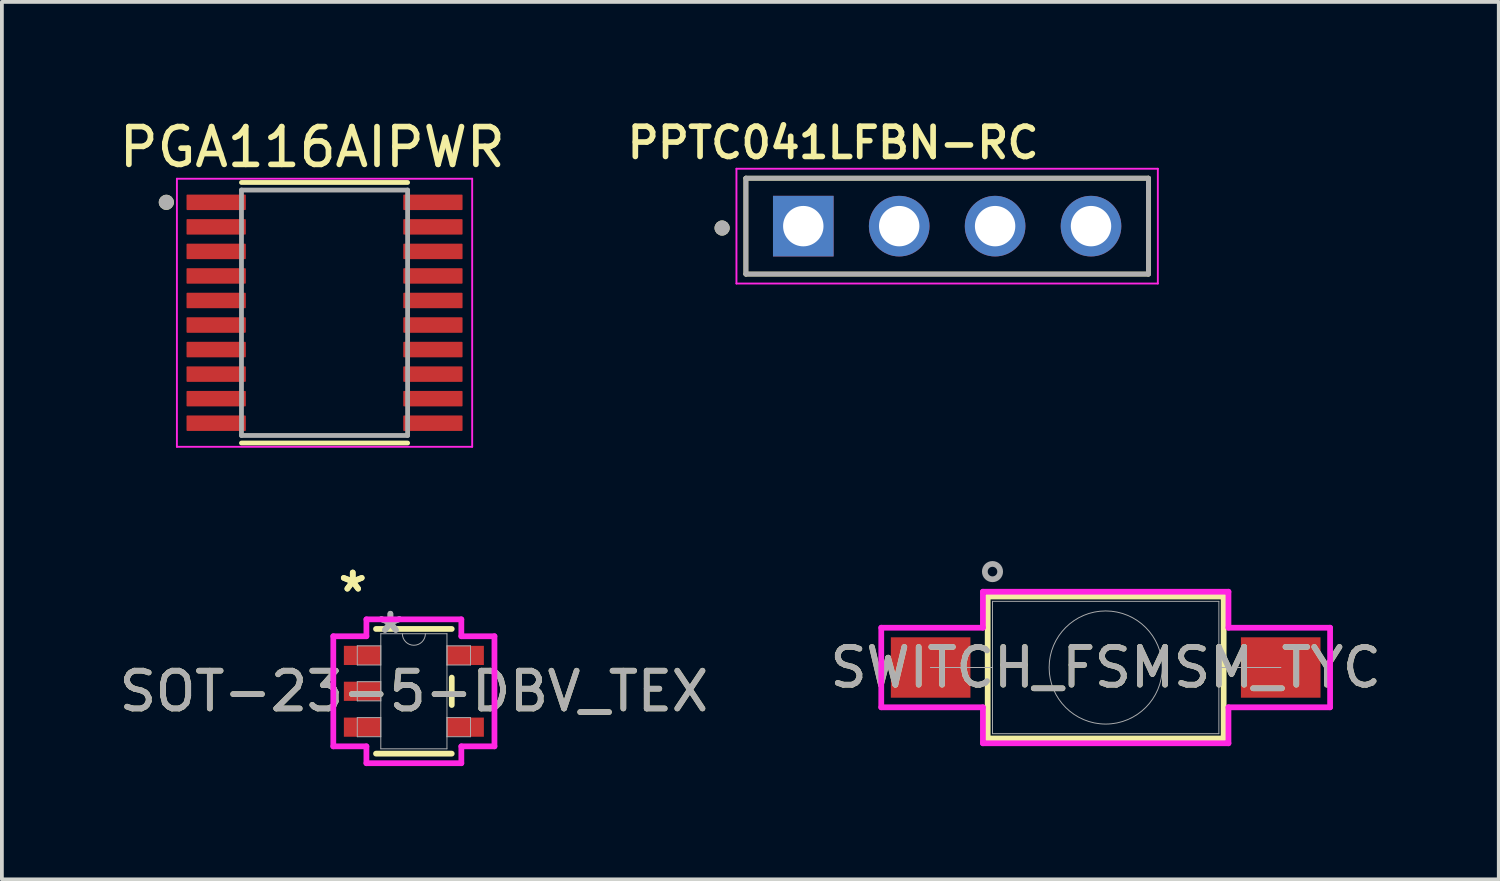
<source format=kicad_pcb>
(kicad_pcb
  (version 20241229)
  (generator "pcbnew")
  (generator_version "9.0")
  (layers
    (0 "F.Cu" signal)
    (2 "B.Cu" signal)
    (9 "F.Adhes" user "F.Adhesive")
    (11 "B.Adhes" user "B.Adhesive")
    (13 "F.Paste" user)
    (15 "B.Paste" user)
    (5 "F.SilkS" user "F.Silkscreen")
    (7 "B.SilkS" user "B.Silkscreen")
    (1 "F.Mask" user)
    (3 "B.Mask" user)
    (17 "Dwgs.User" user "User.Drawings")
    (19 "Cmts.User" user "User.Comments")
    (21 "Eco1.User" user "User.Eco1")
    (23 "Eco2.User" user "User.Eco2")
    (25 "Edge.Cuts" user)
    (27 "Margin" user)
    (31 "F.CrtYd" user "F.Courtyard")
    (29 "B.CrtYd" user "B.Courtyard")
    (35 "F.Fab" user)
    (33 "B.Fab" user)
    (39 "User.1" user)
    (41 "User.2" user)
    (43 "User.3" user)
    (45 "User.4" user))
  (footprint "PPTC041LFBN-RC"
    (layer "F.Cu")
    (at 22.034 2.939)
    (property "Reference" "PPTC041LFBN-RC" (at -3.02 -2.208 0) (layer "F.SilkS") (effects (font (size 0.8 0.8) (thickness 0.15))))
    (attr through_hole)
    (fp_line (start -5.33 -1.27) (end -5.33 1.27) (stroke (width 0.127) (type solid)) (layer "F.SilkS"))
    (fp_line (start -5.33 1.27) (end 5.33 1.27) (stroke (width 0.127) (type solid)) (layer "F.SilkS"))
    (fp_line (start 5.33 -1.27) (end -5.33 -1.27) (stroke (width 0.127) (type solid)) (layer "F.SilkS"))
    (fp_line (start 5.33 1.27) (end 5.33 -1.27) (stroke (width 0.127) (type solid)) (layer "F.SilkS"))
    (fp_circle (center -5.96 0.05) (end -5.86 0.05) (stroke (width 0.2) (type solid)) (fill no) (layer "F.SilkS"))
    (fp_line (start -5.58 -1.52) (end -5.58 1.52) (stroke (width 0.05) (type solid)) (layer "F.CrtYd"))
    (fp_line (start -5.58 1.52) (end 5.58 1.52) (stroke (width 0.05) (type solid)) (layer "F.CrtYd"))
    (fp_line (start 5.58 -1.52) (end -5.58 -1.52) (stroke (width 0.05) (type solid)) (layer "F.CrtYd"))
    (fp_line (start 5.58 1.52) (end 5.58 -1.52) (stroke (width 0.05) (type solid)) (layer "F.CrtYd"))
    (fp_line (start -5.33 -1.27) (end -5.33 1.27) (stroke (width 0.127) (type solid)) (layer "F.Fab"))
    (fp_line (start -5.33 1.27) (end 5.33 1.27) (stroke (width 0.127) (type solid)) (layer "F.Fab"))
    (fp_line (start 5.33 -1.27) (end -5.33 -1.27) (stroke (width 0.127) (type solid)) (layer "F.Fab"))
    (fp_line (start 5.33 1.27) (end 5.33 -1.27) (stroke (width 0.127) (type solid)) (layer "F.Fab"))
    (fp_circle (center -5.96 0.05) (end -5.86 0.05) (stroke (width 0.2) (type solid)) (fill no) (layer "F.Fab"))
    (pad "1" thru_hole rect (at -3.81 0) (size 1.605 1.605) (drill 1.07) (layers "*.Cu" "*.Mask"))
    (pad "2" thru_hole circle (at -1.27 0) (size 1.605 1.605) (drill 1.07) (layers "*.Cu" "*.Mask"))
    (pad "3" thru_hole circle (at 1.27 0) (size 1.605 1.605) (drill 1.07) (layers "*.Cu" "*.Mask"))
    (pad "4" thru_hole circle (at 3.81 0) (size 1.605 1.605) (drill 1.07) (layers "*.Cu" "*.Mask")))
  (footprint "SWITCH_FSMSM_TYC"
    (layer "F.Cu")
    (at 21.597 14.628)
    (property "Reference" "SWITCH_FSMSM_TYC" (at 4.636 0 0) (unlocked yes) (layer "F.SilkS") (effects (font (size 1 1) (thickness 0.15))))
    (attr smd)
    (fp_line (start 1.511 -1.88) (end 1.511 1.88) (stroke (width 0.152) (type solid)) (layer "F.SilkS"))
    (fp_line (start 1.511 1.88) (end 7.76 1.88) (stroke (width 0.152) (type solid)) (layer "F.SilkS"))
    (fp_line (start 7.76 -1.88) (end 1.511 -1.88) (stroke (width 0.152) (type solid)) (layer "F.SilkS"))
    (fp_line (start 7.76 1.88) (end 7.76 -1.88) (stroke (width 0.152) (type solid)) (layer "F.SilkS"))
    (fp_line (start -1.308 -1.054) (end 1.384 -1.054) (stroke (width 0.152) (type solid)) (layer "F.CrtYd"))
    (fp_line (start -1.308 1.054) (end -1.308 -1.054) (stroke (width 0.152) (type solid)) (layer "F.CrtYd"))
    (fp_line (start -1.308 1.054) (end 1.384 1.054) (stroke (width 0.152) (type solid)) (layer "F.CrtYd"))
    (fp_line (start 1.384 -2.007) (end 7.887 -2.007) (stroke (width 0.152) (type solid)) (layer "F.CrtYd"))
    (fp_line (start 1.384 -1.054) (end 1.384 -2.007) (stroke (width 0.152) (type solid)) (layer "F.CrtYd"))
    (fp_line (start 1.384 2.007) (end 1.384 1.054) (stroke (width 0.152) (type solid)) (layer "F.CrtYd"))
    (fp_line (start 7.887 -2.007) (end 7.887 -1.054) (stroke (width 0.152) (type solid)) (layer "F.CrtYd"))
    (fp_line (start 7.887 1.054) (end 7.887 2.007) (stroke (width 0.152) (type solid)) (layer "F.CrtYd"))
    (fp_line (start 7.887 2.007) (end 1.384 2.007) (stroke (width 0.152) (type solid)) (layer "F.CrtYd"))
    (fp_line (start 10.579 -1.054) (end 7.887 -1.054) (stroke (width 0.152) (type solid)) (layer "F.CrtYd"))
    (fp_line (start 10.579 -1.054) (end 10.579 1.054) (stroke (width 0.152) (type solid)) (layer "F.CrtYd"))
    (fp_line (start 10.579 1.054) (end 7.887 1.054) (stroke (width 0.152) (type solid)) (layer "F.CrtYd"))
    (fp_line (start 0 0) (end 0 0) (stroke (width 0.025) (type solid)) (layer "F.Fab"))
    (fp_line (start 0 0) (end 1.638 0) (stroke (width 0.025) (type solid)) (layer "F.Fab"))
    (fp_line (start 1.638 -1.753) (end 1.638 1.753) (stroke (width 0.025) (type solid)) (layer "F.Fab"))
    (fp_line (start 1.638 0) (end 0 0) (stroke (width 0.025) (type solid)) (layer "F.Fab"))
    (fp_line (start 1.638 0) (end 1.638 0) (stroke (width 0.025) (type solid)) (layer "F.Fab"))
    (fp_line (start 1.638 1.753) (end 7.633 1.753) (stroke (width 0.025) (type solid)) (layer "F.Fab"))
    (fp_line (start 7.633 -1.753) (end 1.638 -1.753) (stroke (width 0.025) (type solid)) (layer "F.Fab"))
    (fp_line (start 7.633 0) (end 7.633 0) (stroke (width 0.025) (type solid)) (layer "F.Fab"))
    (fp_line (start 7.633 0) (end 9.271 0) (stroke (width 0.025) (type solid)) (layer "F.Fab"))
    (fp_line (start 7.633 1.753) (end 7.633 -1.753) (stroke (width 0.025) (type solid)) (layer "F.Fab"))
    (fp_line (start 9.271 0) (end 7.633 0) (stroke (width 0.025) (type solid)) (layer "F.Fab"))
    (fp_line (start 9.271 0) (end 9.271 0) (stroke (width 0.025) (type solid)) (layer "F.Fab"))
    (fp_circle (center 1.638 -2.54) (end 1.841 -2.54) (stroke (width 0.152) (type solid)) (fill no) (layer "F.Fab"))
    (fp_circle (center 4.636 0) (end 6.134 0) (stroke (width 0.025) (type solid)) (fill no) (layer "F.Fab"))
    (fp_text user "${REFERENCE}" (at 4.636 0 0) (unlocked yes) (layer "F.Fab") (effects (font (size 1 1) (thickness 0.15))))
    (pad "1" smd rect (at 0 0) (size 2.108 1.6) (layers "F.Cu" "F.Mask" "F.Paste"))
    (pad "2" smd rect (at 9.271 0) (size 2.108 1.6) (layers "F.Cu" "F.Mask" "F.Paste")))
  (footprint "PGA116AIPWR"
    (layer "F.Cu")
    (at 5.545 5.233)
    (property "Reference" "PGA116AIPWR" (at -0.325 -4.385 0) (layer "F.SilkS") (effects (font (size 1 1) (thickness 0.15))))
    (attr smd)
    (fp_line (start -2.2 -3.45) (end 2.2 -3.45) (stroke (width 0.127) (type solid)) (layer "F.SilkS"))
    (fp_line (start -2.2 3.45) (end 2.2 3.45) (stroke (width 0.127) (type solid)) (layer "F.SilkS"))
    (fp_circle (center -4.19 -2.925) (end -4.09 -2.925) (stroke (width 0.2) (type solid)) (fill no) (layer "F.SilkS"))
    (fp_line (start -3.91 -3.55) (end -3.91 3.55) (stroke (width 0.05) (type solid)) (layer "F.CrtYd"))
    (fp_line (start -3.91 -3.55) (end 3.91 -3.55) (stroke (width 0.05) (type solid)) (layer "F.CrtYd"))
    (fp_line (start -3.91 3.55) (end 3.91 3.55) (stroke (width 0.05) (type solid)) (layer "F.CrtYd"))
    (fp_line (start 3.91 -3.55) (end 3.91 3.55) (stroke (width 0.05) (type solid)) (layer "F.CrtYd"))
    (fp_line (start -2.2 -3.25) (end -2.2 3.25) (stroke (width 0.127) (type solid)) (layer "F.Fab"))
    (fp_line (start -2.2 -3.25) (end 2.2 -3.25) (stroke (width 0.127) (type solid)) (layer "F.Fab"))
    (fp_line (start -2.2 3.25) (end 2.2 3.25) (stroke (width 0.127) (type solid)) (layer "F.Fab"))
    (fp_line (start 2.2 -3.25) (end 2.2 3.25) (stroke (width 0.127) (type solid)) (layer "F.Fab"))
    (fp_circle (center -4.19 -2.925) (end -4.09 -2.925) (stroke (width 0.2) (type solid)) (fill no) (layer "F.Fab"))
    (pad "1" smd roundrect (at -2.87 -2.925) (size 1.57 0.41) (layers "F.Cu" "F.Mask" "F.Paste") (roundrect_rratio 0.05))
    (pad "2" smd roundrect (at -2.87 -2.275) (size 1.57 0.41) (layers "F.Cu" "F.Mask" "F.Paste") (roundrect_rratio 0.05))
    (pad "3" smd roundrect (at -2.87 -1.625) (size 1.57 0.41) (layers "F.Cu" "F.Mask" "F.Paste") (roundrect_rratio 0.05))
    (pad "4" smd roundrect (at -2.87 -0.975) (size 1.57 0.41) (layers "F.Cu" "F.Mask" "F.Paste") (roundrect_rratio 0.05))
    (pad "5" smd roundrect (at -2.87 -0.325) (size 1.57 0.41) (layers "F.Cu" "F.Mask" "F.Paste") (roundrect_rratio 0.05))
    (pad "6" smd roundrect (at -2.87 0.325) (size 1.57 0.41) (layers "F.Cu" "F.Mask" "F.Paste") (roundrect_rratio 0.05))
    (pad "7" smd roundrect (at -2.87 0.975) (size 1.57 0.41) (layers "F.Cu" "F.Mask" "F.Paste") (roundrect_rratio 0.05))
    (pad "8" smd roundrect (at -2.87 1.625) (size 1.57 0.41) (layers "F.Cu" "F.Mask" "F.Paste") (roundrect_rratio 0.05))
    (pad "9" smd roundrect (at -2.87 2.275) (size 1.57 0.41) (layers "F.Cu" "F.Mask" "F.Paste") (roundrect_rratio 0.05))
    (pad "10" smd roundrect (at -2.87 2.925) (size 1.57 0.41) (layers "F.Cu" "F.Mask" "F.Paste") (roundrect_rratio 0.05))
    (pad "11" smd roundrect (at 2.87 2.925) (size 1.57 0.41) (layers "F.Cu" "F.Mask" "F.Paste") (roundrect_rratio 0.05))
    (pad "12" smd roundrect (at 2.87 2.275) (size 1.57 0.41) (layers "F.Cu" "F.Mask" "F.Paste") (roundrect_rratio 0.05))
    (pad "13" smd roundrect (at 2.87 1.625) (size 1.57 0.41) (layers "F.Cu" "F.Mask" "F.Paste") (roundrect_rratio 0.05))
    (pad "14" smd roundrect (at 2.87 0.975) (size 1.57 0.41) (layers "F.Cu" "F.Mask" "F.Paste") (roundrect_rratio 0.05))
    (pad "15" smd roundrect (at 2.87 0.325) (size 1.57 0.41) (layers "F.Cu" "F.Mask" "F.Paste") (roundrect_rratio 0.05))
    (pad "16" smd roundrect (at 2.87 -0.325) (size 1.57 0.41) (layers "F.Cu" "F.Mask" "F.Paste") (roundrect_rratio 0.05))
    (pad "17" smd roundrect (at 2.87 -0.975) (size 1.57 0.41) (layers "F.Cu" "F.Mask" "F.Paste") (roundrect_rratio 0.05))
    (pad "18" smd roundrect (at 2.87 -1.625) (size 1.57 0.41) (layers "F.Cu" "F.Mask" "F.Paste") (roundrect_rratio 0.05))
    (pad "19" smd roundrect (at 2.87 -2.275) (size 1.57 0.41) (layers "F.Cu" "F.Mask" "F.Paste") (roundrect_rratio 0.05))
    (pad "20" smd roundrect (at 2.87 -2.925) (size 1.57 0.41) (layers "F.Cu" "F.Mask" "F.Paste") (roundrect_rratio 0.05)))
  (footprint "SOT-23-5-DBV_TEX"
    (layer "F.Cu")
    (at 7.911 15.258)
    (property "Reference" "SOT-23-5-DBV_TEX" (at 0 0 0) (unlocked yes) (layer "F.SilkS") (effects (font (size 1 1) (thickness 0.15))))
    (attr smd)
    (fp_line (start -1.003 1.651) (end 1.003 1.651) (stroke (width 0.152) (type solid)) (layer "F.SilkS"))
    (fp_line (start 1.003 -1.651) (end -1.003 -1.651) (stroke (width 0.152) (type solid)) (layer "F.SilkS"))
    (fp_line (start 1.003 0.363) (end 1.003 -0.363) (stroke (width 0.152) (type solid)) (layer "F.SilkS"))
    (fp_line (start -2.134 -1.458) (end -1.257 -1.458) (stroke (width 0.152) (type solid)) (layer "F.CrtYd"))
    (fp_line (start -2.134 1.458) (end -2.134 -1.458) (stroke (width 0.152) (type solid)) (layer "F.CrtYd"))
    (fp_line (start -1.257 -1.905) (end 1.257 -1.905) (stroke (width 0.152) (type solid)) (layer "F.CrtYd"))
    (fp_line (start -1.257 -1.458) (end -1.257 -1.905) (stroke (width 0.152) (type solid)) (layer "F.CrtYd"))
    (fp_line (start -1.257 1.458) (end -2.134 1.458) (stroke (width 0.152) (type solid)) (layer "F.CrtYd"))
    (fp_line (start -1.257 1.905) (end -1.257 1.458) (stroke (width 0.152) (type solid)) (layer "F.CrtYd"))
    (fp_line (start 1.257 -1.905) (end 1.257 -1.458) (stroke (width 0.152) (type solid)) (layer "F.CrtYd"))
    (fp_line (start 1.257 -1.458) (end 2.134 -1.458) (stroke (width 0.152) (type solid)) (layer "F.CrtYd"))
    (fp_line (start 1.257 1.458) (end 1.257 1.905) (stroke (width 0.152) (type solid)) (layer "F.CrtYd"))
    (fp_line (start 1.257 1.905) (end -1.257 1.905) (stroke (width 0.152) (type solid)) (layer "F.CrtYd"))
    (fp_line (start 2.134 -1.458) (end 2.134 1.458) (stroke (width 0.152) (type solid)) (layer "F.CrtYd"))
    (fp_line (start 2.134 1.458) (end 1.257 1.458) (stroke (width 0.152) (type solid)) (layer "F.CrtYd"))
    (fp_line (start -1.499 -1.204) (end -1.499 -0.696) (stroke (width 0.025) (type solid)) (layer "F.Fab"))
    (fp_line (start -1.499 -0.696) (end -0.876 -0.696) (stroke (width 0.025) (type solid)) (layer "F.Fab"))
    (fp_line (start -1.499 -0.254) (end -1.499 0.254) (stroke (width 0.025) (type solid)) (layer "F.Fab"))
    (fp_line (start -1.499 0.254) (end -0.876 0.254) (stroke (width 0.025) (type solid)) (layer "F.Fab"))
    (fp_line (start -1.499 0.696) (end -1.499 1.204) (stroke (width 0.025) (type solid)) (layer "F.Fab"))
    (fp_line (start -1.499 1.204) (end -0.876 1.204) (stroke (width 0.025) (type solid)) (layer "F.Fab"))
    (fp_line (start -0.876 -1.524) (end -0.876 1.524) (stroke (width 0.025) (type solid)) (layer "F.Fab"))
    (fp_line (start -0.876 -1.204) (end -1.499 -1.204) (stroke (width 0.025) (type solid)) (layer "F.Fab"))
    (fp_line (start -0.876 -0.696) (end -0.876 -1.204) (stroke (width 0.025) (type solid)) (layer "F.Fab"))
    (fp_line (start -0.876 -0.254) (end -1.499 -0.254) (stroke (width 0.025) (type solid)) (layer "F.Fab"))
    (fp_line (start -0.876 0.254) (end -0.876 -0.254) (stroke (width 0.025) (type solid)) (layer "F.Fab"))
    (fp_line (start -0.876 0.696) (end -1.499 0.696) (stroke (width 0.025) (type solid)) (layer "F.Fab"))
    (fp_line (start -0.876 1.204) (end -0.876 0.696) (stroke (width 0.025) (type solid)) (layer "F.Fab"))
    (fp_line (start -0.876 1.524) (end 0.876 1.524) (stroke (width 0.025) (type solid)) (layer "F.Fab"))
    (fp_line (start 0.876 -1.524) (end -0.876 -1.524) (stroke (width 0.025) (type solid)) (layer "F.Fab"))
    (fp_line (start 0.876 -1.204) (end 0.876 -0.696) (stroke (width 0.025) (type solid)) (layer "F.Fab"))
    (fp_line (start 0.876 -0.696) (end 1.499 -0.696) (stroke (width 0.025) (type solid)) (layer "F.Fab"))
    (fp_line (start 0.876 0.696) (end 0.876 1.204) (stroke (width 0.025) (type solid)) (layer "F.Fab"))
    (fp_line (start 0.876 1.204) (end 1.499 1.204) (stroke (width 0.025) (type solid)) (layer "F.Fab"))
    (fp_line (start 0.876 1.524) (end 0.876 -1.524) (stroke (width 0.025) (type solid)) (layer "F.Fab"))
    (fp_line (start 1.499 -1.204) (end 0.876 -1.204) (stroke (width 0.025) (type solid)) (layer "F.Fab"))
    (fp_line (start 1.499 -0.696) (end 1.499 -1.204) (stroke (width 0.025) (type solid)) (layer "F.Fab"))
    (fp_line (start 1.499 0.696) (end 0.876 0.696) (stroke (width 0.025) (type solid)) (layer "F.Fab"))
    (fp_line (start 1.499 1.204) (end 1.499 0.696) (stroke (width 0.025) (type solid)) (layer "F.Fab"))
    (fp_arc (start 0.3048 -1.524) (mid 0 -1.2192) (end -0.3048 -1.524) (stroke (width 0.0254) (type solid)) (layer "F.Fab"))
    (fp_text user "*" (at -1.619 -2.601 0) (unlocked yes) (layer "F.SilkS") (effects (font (size 1 1) (thickness 0.15))))
    (fp_text user "*" (at -1.619 -2.601 0) (layer "F.SilkS") (effects (font (size 1 1) (thickness 0.15))))
    (fp_text user "*" (at -0.622 -1.509 0) (layer "F.Fab") (effects (font (size 1 1) (thickness 0.15))))
    (fp_text user "${REFERENCE}" (at 0 0 0) (unlocked yes) (layer "F.Fab") (effects (font (size 1 1) (thickness 0.15))))
    (fp_text user "*" (at -0.622 -1.509 0) (unlocked yes) (layer "F.Fab") (effects (font (size 1 1) (thickness 0.15))))
    (pad "1" smd rect (at -1.365 -0.95) (size 0.978 0.508) (layers "F.Cu" "F.Mask" "F.Paste"))
    (pad "2" smd rect (at -1.365 0) (size 0.978 0.508) (layers "F.Cu" "F.Mask" "F.Paste"))
    (pad "3" smd rect (at -1.365 0.95) (size 0.978 0.508) (layers "F.Cu" "F.Mask" "F.Paste"))
    (pad "4" smd rect (at 1.365 0.95) (size 0.978 0.508) (layers "F.Cu" "F.Mask" "F.Paste"))
    (pad "5" smd rect (at 1.365 -0.95) (size 0.978 0.508) (layers "F.Cu" "F.Mask" "F.Paste")))
  (gr_rect
    (start -3 -3)
    (end 36.643 20.239)
    (stroke (width 0.1) (type default))
    (fill no)
    (layer "Edge.Cuts")))
</source>
